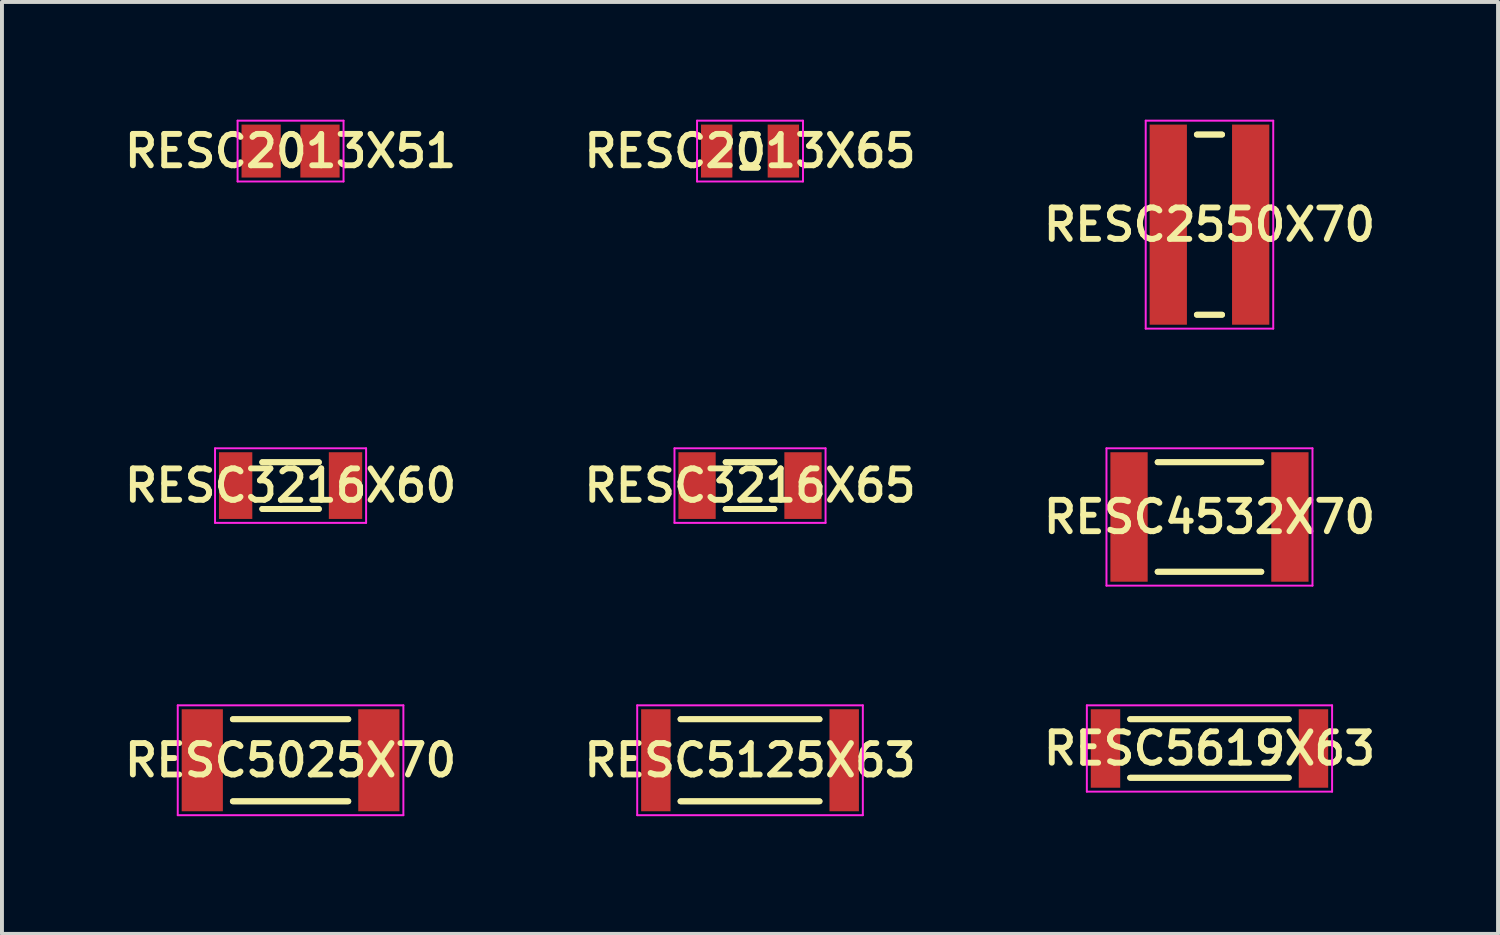
<source format=kicad_pcb>
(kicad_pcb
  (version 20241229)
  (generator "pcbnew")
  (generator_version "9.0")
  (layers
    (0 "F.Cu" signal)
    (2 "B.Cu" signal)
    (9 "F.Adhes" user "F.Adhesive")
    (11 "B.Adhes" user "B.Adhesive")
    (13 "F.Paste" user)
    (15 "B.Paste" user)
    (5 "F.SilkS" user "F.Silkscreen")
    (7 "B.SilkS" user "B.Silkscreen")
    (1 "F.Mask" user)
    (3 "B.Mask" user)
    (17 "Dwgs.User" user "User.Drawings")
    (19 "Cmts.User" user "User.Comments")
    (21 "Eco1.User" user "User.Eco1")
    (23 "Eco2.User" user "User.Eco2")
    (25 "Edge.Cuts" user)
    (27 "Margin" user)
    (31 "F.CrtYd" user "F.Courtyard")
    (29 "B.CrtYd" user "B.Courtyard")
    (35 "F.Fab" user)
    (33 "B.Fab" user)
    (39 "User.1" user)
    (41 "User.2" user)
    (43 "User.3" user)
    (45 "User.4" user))
  (footprint "RESC3216X65"
    (layer "F.Cu")
    (at 16.064 9.325)
    (property "Reference" "RESC3216X65" (at 0 0 0) (layer "F.SilkS") (effects (font (size 0.8 0.8) (thickness 0.15))))
    (attr smd)
    (fp_line (start -0.621 -0.596) (end 0.621 -0.596) (stroke (width 0.15) (type solid)) (layer "F.SilkS"))
    (fp_line (start -0.621 0.596) (end 0.621 0.596) (stroke (width 0.15) (type solid)) (layer "F.SilkS"))
    (fp_line (start 0.621 -0.596) (end -0.621 -0.596) (stroke (width 0.15) (type solid)) (layer "F.SilkS"))
    (fp_line (start 0.621 0.596) (end -0.621 0.596) (stroke (width 0.15) (type solid)) (layer "F.SilkS"))
    (fp_line (start -1.925 -0.95) (end 1.925 -0.95) (stroke (width 0.05) (type solid)) (layer "F.CrtYd"))
    (fp_line (start -1.925 0.95) (end -1.925 -0.95) (stroke (width 0.05) (type solid)) (layer "F.CrtYd"))
    (fp_line (start 1.925 -0.95) (end 1.925 0.95) (stroke (width 0.05) (type solid)) (layer "F.CrtYd"))
    (fp_line (start 1.925 0.95) (end -1.925 0.95) (stroke (width 0.05) (type solid)) (layer "F.CrtYd"))
    (pad "1" smd rect (at -1.35 0) (size 0.95 1.7) (layers "F.Cu" "F.Mask" "F.Paste"))
    (pad "2" smd rect (at 1.35 0) (size 0.95 1.7) (layers "F.Cu" "F.Mask" "F.Paste")))
  (footprint "RESC5619X63"
    (layer "F.Cu")
    (at 27.773 16.025)
    (property "Reference" "RESC5619X63" (at 0 0 0) (layer "F.SilkS") (effects (font (size 0.8 0.8) (thickness 0.15))))
    (attr smd)
    (fp_line (start -2.021 -0.746) (end 2.021 -0.746) (stroke (width 0.15) (type solid)) (layer "F.SilkS"))
    (fp_line (start -2.021 0.746) (end 2.021 0.746) (stroke (width 0.15) (type solid)) (layer "F.SilkS"))
    (fp_line (start 2.021 -0.746) (end -2.021 -0.746) (stroke (width 0.15) (type solid)) (layer "F.SilkS"))
    (fp_line (start 2.021 0.746) (end -2.021 0.746) (stroke (width 0.15) (type solid)) (layer "F.SilkS"))
    (fp_line (start -3.125 -1.1) (end 3.125 -1.1) (stroke (width 0.05) (type solid)) (layer "F.CrtYd"))
    (fp_line (start -3.125 1.1) (end -3.125 -1.1) (stroke (width 0.05) (type solid)) (layer "F.CrtYd"))
    (fp_line (start 3.125 -1.1) (end 3.125 1.1) (stroke (width 0.05) (type solid)) (layer "F.CrtYd"))
    (fp_line (start 3.125 1.1) (end -3.125 1.1) (stroke (width 0.05) (type solid)) (layer "F.CrtYd"))
    (pad "1" smd rect (at -2.65 0) (size 0.75 2) (layers "F.Cu" "F.Mask" "F.Paste"))
    (pad "2" smd rect (at 2.65 0) (size 0.75 2) (layers "F.Cu" "F.Mask" "F.Paste")))
  (footprint "RESC3216X60"
    (layer "F.Cu")
    (at 4.355 9.325)
    (property "Reference" "RESC3216X60" (at 0 0 0) (layer "F.SilkS") (effects (font (size 0.8 0.8) (thickness 0.15))))
    (attr smd)
    (fp_line (start -0.721 -0.596) (end 0.721 -0.596) (stroke (width 0.15) (type solid)) (layer "F.SilkS"))
    (fp_line (start -0.721 0.596) (end 0.721 0.596) (stroke (width 0.15) (type solid)) (layer "F.SilkS"))
    (fp_line (start 0.721 -0.596) (end -0.721 -0.596) (stroke (width 0.15) (type solid)) (layer "F.SilkS"))
    (fp_line (start 0.721 0.596) (end -0.721 0.596) (stroke (width 0.15) (type solid)) (layer "F.SilkS"))
    (fp_line (start -1.925 -0.95) (end 1.925 -0.95) (stroke (width 0.05) (type solid)) (layer "F.CrtYd"))
    (fp_line (start -1.925 0.95) (end -1.925 -0.95) (stroke (width 0.05) (type solid)) (layer "F.CrtYd"))
    (fp_line (start 1.925 -0.95) (end 1.925 0.95) (stroke (width 0.05) (type solid)) (layer "F.CrtYd"))
    (fp_line (start 1.925 0.95) (end -1.925 0.95) (stroke (width 0.05) (type solid)) (layer "F.CrtYd"))
    (pad "1" smd rect (at -1.4 0) (size 0.85 1.7) (layers "F.Cu" "F.Mask" "F.Paste"))
    (pad "2" smd rect (at 1.4 0) (size 0.85 1.7) (layers "F.Cu" "F.Mask" "F.Paste")))
  (footprint "RESC2013X51"
    (layer "F.Cu")
    (at 4.355 0.8)
    (property "Reference" "RESC2013X51" (at 0 0 0) (layer "F.SilkS") (effects (font (size 0.8 0.8) (thickness 0.15))))
    (attr smd)
    (fp_line (start -1.35 -0.775) (end 1.35 -0.775) (stroke (width 0.05) (type solid)) (layer "F.CrtYd"))
    (fp_line (start -1.35 0.775) (end -1.35 -0.775) (stroke (width 0.05) (type solid)) (layer "F.CrtYd"))
    (fp_line (start 1.35 -0.775) (end 1.35 0.775) (stroke (width 0.05) (type solid)) (layer "F.CrtYd"))
    (fp_line (start 1.35 0.775) (end -1.35 0.775) (stroke (width 0.05) (type solid)) (layer "F.CrtYd"))
    (pad "1" smd rect (at -0.75 0) (size 1 1.35) (layers "F.Cu" "F.Mask" "F.Paste"))
    (pad "2" smd rect (at 0.75 0) (size 1 1.35) (layers "F.Cu" "F.Mask" "F.Paste")))
  (footprint "RESC2550X70"
    (layer "F.Cu")
    (at 27.773 2.675)
    (property "Reference" "RESC2550X70" (at 0 0 0) (layer "F.SilkS") (effects (font (size 0.8 0.8) (thickness 0.15))))
    (attr smd)
    (fp_line (start -0.321 -2.296) (end 0.321 -2.296) (stroke (width 0.15) (type solid)) (layer "F.SilkS"))
    (fp_line (start -0.321 2.296) (end 0.321 2.296) (stroke (width 0.15) (type solid)) (layer "F.SilkS"))
    (fp_line (start 0.321 -2.296) (end -0.321 -2.296) (stroke (width 0.15) (type solid)) (layer "F.SilkS"))
    (fp_line (start 0.321 2.296) (end -0.321 2.296) (stroke (width 0.15) (type solid)) (layer "F.SilkS"))
    (fp_line (start -1.625 -2.65) (end 1.625 -2.65) (stroke (width 0.05) (type solid)) (layer "F.CrtYd"))
    (fp_line (start -1.625 2.65) (end -1.625 -2.65) (stroke (width 0.05) (type solid)) (layer "F.CrtYd"))
    (fp_line (start 1.625 -2.65) (end 1.625 2.65) (stroke (width 0.05) (type solid)) (layer "F.CrtYd"))
    (fp_line (start 1.625 2.65) (end -1.625 2.65) (stroke (width 0.05) (type solid)) (layer "F.CrtYd"))
    (pad "1" smd rect (at -1.05 0) (size 0.95 5.1) (layers "F.Cu" "F.Mask" "F.Paste"))
    (pad "2" smd rect (at 1.05 0) (size 0.95 5.1) (layers "F.Cu" "F.Mask" "F.Paste")))
  (footprint "RESC4532X70"
    (layer "F.Cu")
    (at 27.773 10.125)
    (property "Reference" "RESC4532X70" (at 0 0 0) (layer "F.SilkS") (effects (font (size 0.8 0.8) (thickness 0.15))))
    (attr smd)
    (fp_line (start -1.321 -1.396) (end 1.321 -1.396) (stroke (width 0.15) (type solid)) (layer "F.SilkS"))
    (fp_line (start -1.321 1.396) (end 1.321 1.396) (stroke (width 0.15) (type solid)) (layer "F.SilkS"))
    (fp_line (start 1.321 -1.396) (end -1.321 -1.396) (stroke (width 0.15) (type solid)) (layer "F.SilkS"))
    (fp_line (start 1.321 1.396) (end -1.321 1.396) (stroke (width 0.15) (type solid)) (layer "F.SilkS"))
    (fp_line (start -2.625 -1.75) (end 2.625 -1.75) (stroke (width 0.05) (type solid)) (layer "F.CrtYd"))
    (fp_line (start -2.625 1.75) (end -2.625 -1.75) (stroke (width 0.05) (type solid)) (layer "F.CrtYd"))
    (fp_line (start 2.625 -1.75) (end 2.625 1.75) (stroke (width 0.05) (type solid)) (layer "F.CrtYd"))
    (fp_line (start 2.625 1.75) (end -2.625 1.75) (stroke (width 0.05) (type solid)) (layer "F.CrtYd"))
    (pad "1" smd rect (at -2.05 0) (size 0.95 3.3) (layers "F.Cu" "F.Mask" "F.Paste"))
    (pad "2" smd rect (at 2.05 0) (size 0.95 3.3) (layers "F.Cu" "F.Mask" "F.Paste")))
  (footprint "RESC5025X70"
    (layer "F.Cu")
    (at 4.355 16.325)
    (property "Reference" "RESC5025X70" (at 0 0 0) (layer "F.SilkS") (effects (font (size 0.8 0.8) (thickness 0.15))))
    (attr smd)
    (fp_line (start -1.471 -1.046) (end 1.471 -1.046) (stroke (width 0.15) (type solid)) (layer "F.SilkS"))
    (fp_line (start -1.471 1.046) (end 1.471 1.046) (stroke (width 0.15) (type solid)) (layer "F.SilkS"))
    (fp_line (start 1.471 -1.046) (end -1.471 -1.046) (stroke (width 0.15) (type solid)) (layer "F.SilkS"))
    (fp_line (start 1.471 1.046) (end -1.471 1.046) (stroke (width 0.15) (type solid)) (layer "F.SilkS"))
    (fp_line (start -2.875 -1.4) (end 2.875 -1.4) (stroke (width 0.05) (type solid)) (layer "F.CrtYd"))
    (fp_line (start -2.875 1.4) (end -2.875 -1.4) (stroke (width 0.05) (type solid)) (layer "F.CrtYd"))
    (fp_line (start 2.875 -1.4) (end 2.875 1.4) (stroke (width 0.05) (type solid)) (layer "F.CrtYd"))
    (fp_line (start 2.875 1.4) (end -2.875 1.4) (stroke (width 0.05) (type solid)) (layer "F.CrtYd"))
    (pad "1" smd rect (at -2.25 0) (size 1.05 2.6) (layers "F.Cu" "F.Mask" "F.Paste"))
    (pad "2" smd rect (at 2.25 0) (size 1.05 2.6) (layers "F.Cu" "F.Mask" "F.Paste")))
  (footprint "RESC2013X65"
    (layer "F.Cu")
    (at 16.064 0.8)
    (property "Reference" "RESC2013X65" (at 0 0 0) (layer "F.SilkS") (effects (font (size 0.8 0.8) (thickness 0.15))))
    (attr smd)
    (fp_line (start -0.196 -0.421) (end 0.196 -0.421) (stroke (width 0.15) (type solid)) (layer "F.SilkS"))
    (fp_line (start -0.196 0.421) (end 0.196 0.421) (stroke (width 0.15) (type solid)) (layer "F.SilkS"))
    (fp_line (start 0.196 -0.421) (end -0.196 -0.421) (stroke (width 0.15) (type solid)) (layer "F.SilkS"))
    (fp_line (start 0.196 0.421) (end -0.196 0.421) (stroke (width 0.15) (type solid)) (layer "F.SilkS"))
    (fp_line (start -1.35 -0.775) (end 1.35 -0.775) (stroke (width 0.05) (type solid)) (layer "F.CrtYd"))
    (fp_line (start -1.35 0.775) (end -1.35 -0.775) (stroke (width 0.05) (type solid)) (layer "F.CrtYd"))
    (fp_line (start 1.35 -0.775) (end 1.35 0.775) (stroke (width 0.05) (type solid)) (layer "F.CrtYd"))
    (fp_line (start 1.35 0.775) (end -1.35 0.775) (stroke (width 0.05) (type solid)) (layer "F.CrtYd"))
    (pad "1" smd rect (at -0.85 0) (size 0.8 1.35) (layers "F.Cu" "F.Mask" "F.Paste"))
    (pad "2" smd rect (at 0.85 0) (size 0.8 1.35) (layers "F.Cu" "F.Mask" "F.Paste")))
  (footprint "RESC5125X63"
    (layer "F.Cu")
    (at 16.064 16.325)
    (property "Reference" "RESC5125X63" (at 0 0 0) (layer "F.SilkS") (effects (font (size 0.8 0.8) (thickness 0.15))))
    (attr smd)
    (fp_line (start -1.771 -1.046) (end 1.771 -1.046) (stroke (width 0.15) (type solid)) (layer "F.SilkS"))
    (fp_line (start -1.771 1.046) (end 1.771 1.046) (stroke (width 0.15) (type solid)) (layer "F.SilkS"))
    (fp_line (start 1.771 -1.046) (end -1.771 -1.046) (stroke (width 0.15) (type solid)) (layer "F.SilkS"))
    (fp_line (start 1.771 1.046) (end -1.771 1.046) (stroke (width 0.15) (type solid)) (layer "F.SilkS"))
    (fp_line (start -2.875 -1.4) (end 2.875 -1.4) (stroke (width 0.05) (type solid)) (layer "F.CrtYd"))
    (fp_line (start -2.875 1.4) (end -2.875 -1.4) (stroke (width 0.05) (type solid)) (layer "F.CrtYd"))
    (fp_line (start 2.875 -1.4) (end 2.875 1.4) (stroke (width 0.05) (type solid)) (layer "F.CrtYd"))
    (fp_line (start 2.875 1.4) (end -2.875 1.4) (stroke (width 0.05) (type solid)) (layer "F.CrtYd"))
    (pad "1" smd rect (at -2.4 0) (size 0.75 2.6) (layers "F.Cu" "F.Mask" "F.Paste"))
    (pad "2" smd rect (at 2.4 0) (size 0.75 2.6) (layers "F.Cu" "F.Mask" "F.Paste")))
  (gr_rect
    (start -3 -3)
    (end 35.127 20.75)
    (stroke (width 0.1) (type default))
    (fill no)
    (layer "Edge.Cuts")))
</source>
